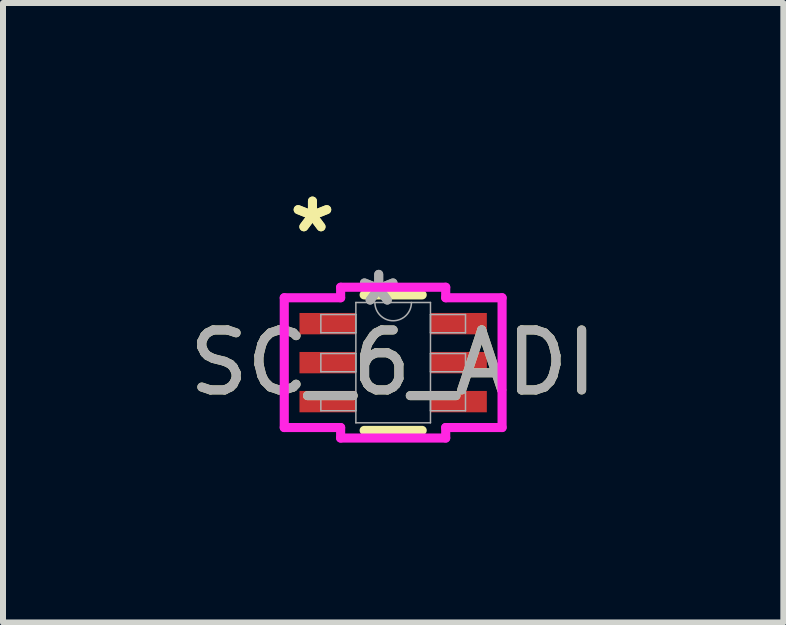
<source format=kicad_pcb>
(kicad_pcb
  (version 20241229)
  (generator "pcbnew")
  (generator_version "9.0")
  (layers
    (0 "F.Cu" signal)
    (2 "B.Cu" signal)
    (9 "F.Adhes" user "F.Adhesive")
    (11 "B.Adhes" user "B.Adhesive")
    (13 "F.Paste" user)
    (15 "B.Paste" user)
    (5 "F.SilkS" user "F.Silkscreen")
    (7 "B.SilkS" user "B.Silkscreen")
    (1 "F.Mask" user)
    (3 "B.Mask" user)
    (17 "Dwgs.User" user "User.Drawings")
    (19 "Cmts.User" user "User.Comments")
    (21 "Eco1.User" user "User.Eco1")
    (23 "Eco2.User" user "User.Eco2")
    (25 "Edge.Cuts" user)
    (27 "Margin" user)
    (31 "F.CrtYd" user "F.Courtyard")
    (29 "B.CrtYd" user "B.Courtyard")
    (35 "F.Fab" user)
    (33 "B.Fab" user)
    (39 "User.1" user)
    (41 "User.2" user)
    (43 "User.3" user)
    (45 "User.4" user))
  (footprint "SC_6_ADI"
    (layer "F.Cu")
    (at 3.506 2.997)
    (property "Reference" "SC_6_ADI" (at 0 0 0) (unlocked yes) (layer "F.SilkS") (effects (font (size 1 1) (thickness 0.15))))
    (attr smd)
    (fp_line (start -0.484 1.13) (end 0.484 1.13) (stroke (width 0.152) (type solid)) (layer "F.SilkS"))
    (fp_line (start 0.484 -1.13) (end -0.484 -1.13) (stroke (width 0.152) (type solid)) (layer "F.SilkS"))
    (fp_line (start -1.816 -1.082) (end -0.876 -1.082) (stroke (width 0.152) (type solid)) (layer "F.CrtYd"))
    (fp_line (start -1.816 1.082) (end -1.816 -1.082) (stroke (width 0.152) (type solid)) (layer "F.CrtYd"))
    (fp_line (start -1.816 1.082) (end -0.876 1.082) (stroke (width 0.152) (type solid)) (layer "F.CrtYd"))
    (fp_line (start -0.876 -1.257) (end 0.876 -1.257) (stroke (width 0.152) (type solid)) (layer "F.CrtYd"))
    (fp_line (start -0.876 -1.082) (end -0.876 -1.257) (stroke (width 0.152) (type solid)) (layer "F.CrtYd"))
    (fp_line (start -0.876 1.257) (end -0.876 1.082) (stroke (width 0.152) (type solid)) (layer "F.CrtYd"))
    (fp_line (start 0.876 -1.257) (end 0.876 -1.082) (stroke (width 0.152) (type solid)) (layer "F.CrtYd"))
    (fp_line (start 0.876 1.082) (end 0.876 1.257) (stroke (width 0.152) (type solid)) (layer "F.CrtYd"))
    (fp_line (start 0.876 1.257) (end -0.876 1.257) (stroke (width 0.152) (type solid)) (layer "F.CrtYd"))
    (fp_line (start 1.816 -1.082) (end 0.876 -1.082) (stroke (width 0.152) (type solid)) (layer "F.CrtYd"))
    (fp_line (start 1.816 -1.082) (end 1.816 1.082) (stroke (width 0.152) (type solid)) (layer "F.CrtYd"))
    (fp_line (start 1.816 1.082) (end 0.876 1.082) (stroke (width 0.152) (type solid)) (layer "F.CrtYd"))
    (fp_line (start -1.206 -0.802) (end -1.206 -0.498) (stroke (width 0.025) (type solid)) (layer "F.Fab"))
    (fp_line (start -1.206 -0.498) (end -0.622 -0.498) (stroke (width 0.025) (type solid)) (layer "F.Fab"))
    (fp_line (start -1.206 -0.152) (end -1.206 0.152) (stroke (width 0.025) (type solid)) (layer "F.Fab"))
    (fp_line (start -1.206 0.152) (end -0.622 0.152) (stroke (width 0.025) (type solid)) (layer "F.Fab"))
    (fp_line (start -1.206 0.498) (end -1.206 0.802) (stroke (width 0.025) (type solid)) (layer "F.Fab"))
    (fp_line (start -1.206 0.802) (end -0.622 0.802) (stroke (width 0.025) (type solid)) (layer "F.Fab"))
    (fp_line (start -0.622 -1.003) (end -0.622 1.003) (stroke (width 0.025) (type solid)) (layer "F.Fab"))
    (fp_line (start -0.622 -0.802) (end -1.206 -0.802) (stroke (width 0.025) (type solid)) (layer "F.Fab"))
    (fp_line (start -0.622 -0.498) (end -0.622 -0.802) (stroke (width 0.025) (type solid)) (layer "F.Fab"))
    (fp_line (start -0.622 -0.152) (end -1.206 -0.152) (stroke (width 0.025) (type solid)) (layer "F.Fab"))
    (fp_line (start -0.622 0.152) (end -0.622 -0.152) (stroke (width 0.025) (type solid)) (layer "F.Fab"))
    (fp_line (start -0.622 0.498) (end -1.206 0.498) (stroke (width 0.025) (type solid)) (layer "F.Fab"))
    (fp_line (start -0.622 0.802) (end -0.622 0.498) (stroke (width 0.025) (type solid)) (layer "F.Fab"))
    (fp_line (start -0.622 1.003) (end 0.622 1.003) (stroke (width 0.025) (type solid)) (layer "F.Fab"))
    (fp_line (start 0.622 -1.003) (end -0.622 -1.003) (stroke (width 0.025) (type solid)) (layer "F.Fab"))
    (fp_line (start 0.622 -0.802) (end 0.622 -0.498) (stroke (width 0.025) (type solid)) (layer "F.Fab"))
    (fp_line (start 0.622 -0.498) (end 1.206 -0.498) (stroke (width 0.025) (type solid)) (layer "F.Fab"))
    (fp_line (start 0.622 -0.152) (end 0.622 0.152) (stroke (width 0.025) (type solid)) (layer "F.Fab"))
    (fp_line (start 0.622 0.152) (end 1.206 0.152) (stroke (width 0.025) (type solid)) (layer "F.Fab"))
    (fp_line (start 0.622 0.498) (end 0.622 0.802) (stroke (width 0.025) (type solid)) (layer "F.Fab"))
    (fp_line (start 0.622 0.802) (end 1.206 0.802) (stroke (width 0.025) (type solid)) (layer "F.Fab"))
    (fp_line (start 0.622 1.003) (end 0.622 -1.003) (stroke (width 0.025) (type solid)) (layer "F.Fab"))
    (fp_line (start 1.206 -0.802) (end 0.622 -0.802) (stroke (width 0.025) (type solid)) (layer "F.Fab"))
    (fp_line (start 1.206 -0.498) (end 1.206 -0.802) (stroke (width 0.025) (type solid)) (layer "F.Fab"))
    (fp_line (start 1.206 -0.152) (end 0.622 -0.152) (stroke (width 0.025) (type solid)) (layer "F.Fab"))
    (fp_line (start 1.206 0.152) (end 1.206 -0.152) (stroke (width 0.025) (type solid)) (layer "F.Fab"))
    (fp_line (start 1.206 0.498) (end 0.622 0.498) (stroke (width 0.025) (type solid)) (layer "F.Fab"))
    (fp_line (start 1.206 0.802) (end 1.206 0.498) (stroke (width 0.025) (type solid)) (layer "F.Fab"))
    (fp_arc (start 0.3048 -1.0033) (mid 0 -0.6985) (end -0.3048 -1.0033) (stroke (width 0.0254) (type solid)) (layer "F.Fab"))
    (fp_text user "*" (at -1.346 -2.149 0) (layer "F.SilkS") (effects (font (size 1 1) (thickness 0.15))))
    (fp_text user "*" (at -1.346 -2.149 0) (unlocked yes) (layer "F.SilkS") (effects (font (size 1 1) (thickness 0.15))))
    (fp_text user "${REFERENCE}" (at 0 0 0) (unlocked yes) (layer "F.Fab") (effects (font (size 1 1) (thickness 0.15))))
    (fp_text user "*" (at -0.241 -0.927 0) (layer "F.Fab") (effects (font (size 1 1) (thickness 0.15))))
    (fp_text user "*" (at -0.241 -0.927 0) (unlocked yes) (layer "F.Fab") (effects (font (size 1 1) (thickness 0.15))))
    (pad "1" smd rect (at -1.092 -0.65) (size 0.94 0.356) (layers "F.Cu" "F.Mask" "F.Paste"))
    (pad "2" smd rect (at -1.092 0) (size 0.94 0.356) (layers "F.Cu" "F.Mask" "F.Paste"))
    (pad "3" smd rect (at -1.092 0.65) (size 0.94 0.356) (layers "F.Cu" "F.Mask" "F.Paste"))
    (pad "4" smd rect (at 1.092 0.65) (size 0.94 0.356) (layers "F.Cu" "F.Mask" "F.Paste"))
    (pad "5" smd rect (at 1.092 0) (size 0.94 0.356) (layers "F.Cu" "F.Mask" "F.Paste"))
    (pad "6" smd rect (at 1.092 -0.65) (size 0.94 0.356) (layers "F.Cu" "F.Mask" "F.Paste")))
  (gr_rect
    (start -3 -3)
    (end 10.012 7.33)
    (stroke (width 0.1) (type default))
    (fill no)
    (layer "Edge.Cuts")))
</source>
